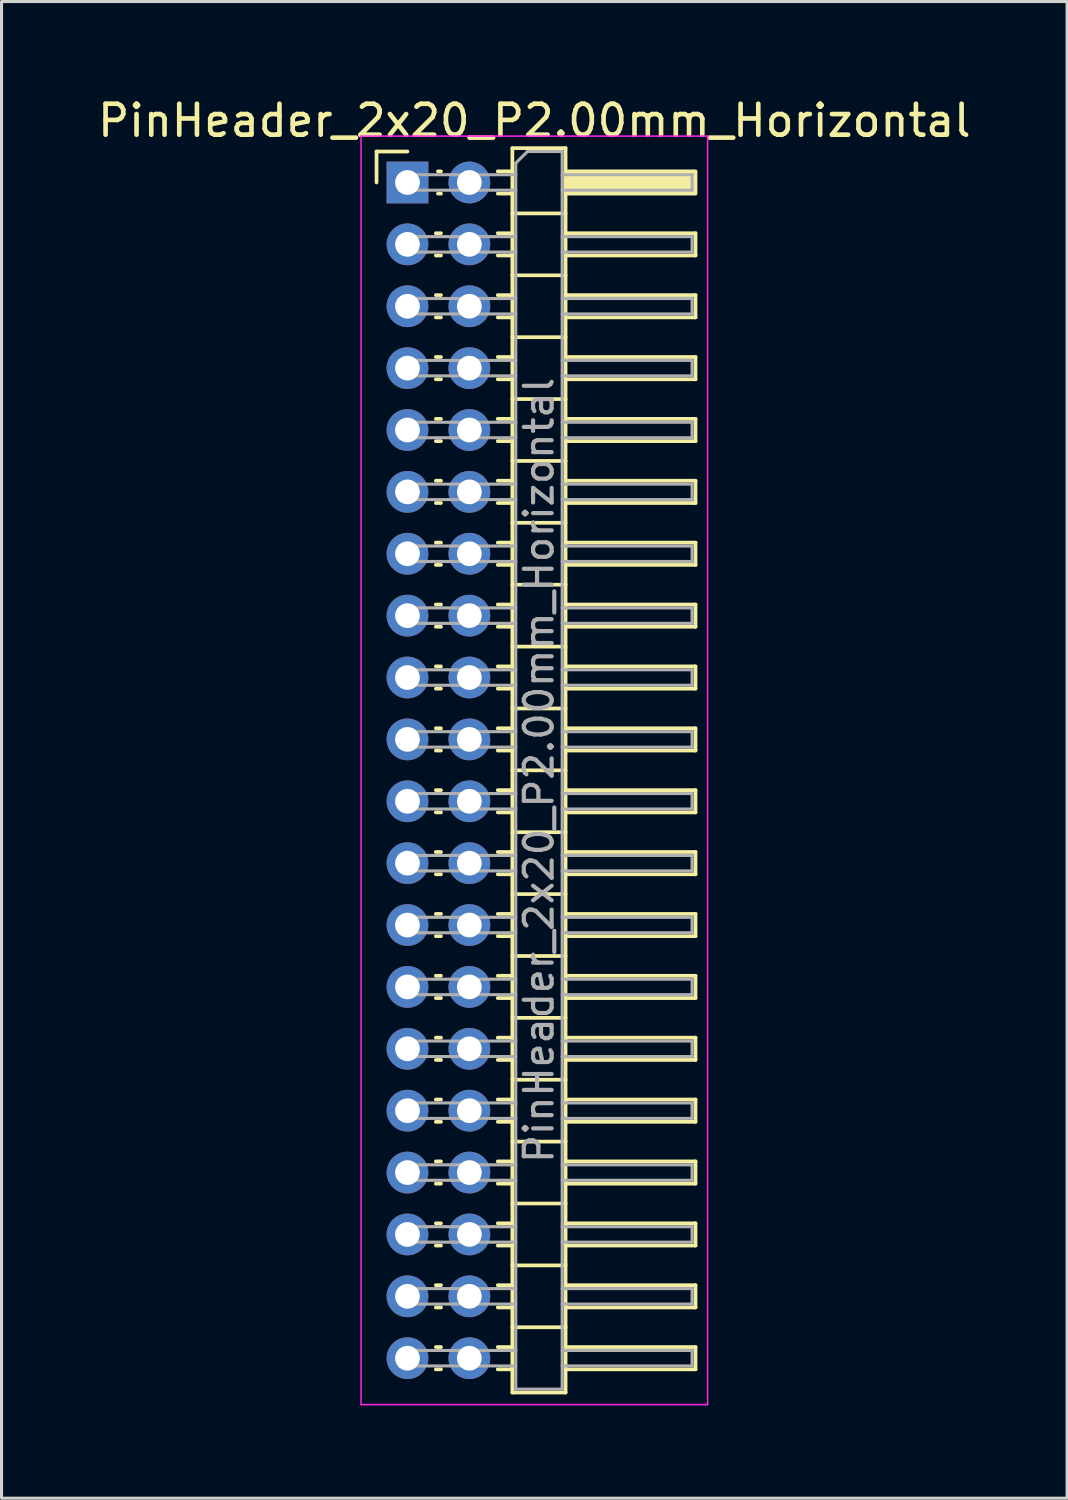
<source format=kicad_pcb>
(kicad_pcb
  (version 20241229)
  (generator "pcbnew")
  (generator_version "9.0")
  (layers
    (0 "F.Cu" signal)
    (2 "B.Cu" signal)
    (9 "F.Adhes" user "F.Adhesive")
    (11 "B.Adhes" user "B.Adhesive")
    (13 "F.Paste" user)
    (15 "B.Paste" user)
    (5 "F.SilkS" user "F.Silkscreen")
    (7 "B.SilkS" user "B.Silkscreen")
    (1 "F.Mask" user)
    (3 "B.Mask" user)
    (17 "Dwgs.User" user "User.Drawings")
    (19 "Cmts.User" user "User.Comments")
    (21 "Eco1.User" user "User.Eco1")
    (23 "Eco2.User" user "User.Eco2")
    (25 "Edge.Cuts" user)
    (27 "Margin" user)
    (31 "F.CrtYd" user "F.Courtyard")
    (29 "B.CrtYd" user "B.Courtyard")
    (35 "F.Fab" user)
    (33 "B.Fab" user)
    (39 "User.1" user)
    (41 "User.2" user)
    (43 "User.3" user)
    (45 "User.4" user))
  (footprint "PinHeader_2x20_P2.00mm_Horizontal"
    (layer "F.Cu")
    (at 10.12 2.848)
    (property "Reference" "PinHeader_2x20_P2.00mm_Horizontal" (at 4.1 -2 0) (layer "F.SilkS") (effects (font (size 1 1) (thickness 0.15))))
    (attr through_hole)
    (fp_line (start -1 -1) (end 0 -1) (stroke (width 0.12) (type solid)) (layer "F.SilkS"))
    (fp_line (start -1 0) (end -1 -1) (stroke (width 0.12) (type solid)) (layer "F.SilkS"))
    (fp_line (start 0.917 1.64) (end 1.083 1.64) (stroke (width 0.12) (type solid)) (layer "F.SilkS"))
    (fp_line (start 0.917 2.36) (end 1.083 2.36) (stroke (width 0.12) (type solid)) (layer "F.SilkS"))
    (fp_line (start 0.917 3.64) (end 1.083 3.64) (stroke (width 0.12) (type solid)) (layer "F.SilkS"))
    (fp_line (start 0.917 4.36) (end 1.083 4.36) (stroke (width 0.12) (type solid)) (layer "F.SilkS"))
    (fp_line (start 0.917 5.64) (end 1.083 5.64) (stroke (width 0.12) (type solid)) (layer "F.SilkS"))
    (fp_line (start 0.917 6.36) (end 1.083 6.36) (stroke (width 0.12) (type solid)) (layer "F.SilkS"))
    (fp_line (start 0.917 7.64) (end 1.083 7.64) (stroke (width 0.12) (type solid)) (layer "F.SilkS"))
    (fp_line (start 0.917 8.36) (end 1.083 8.36) (stroke (width 0.12) (type solid)) (layer "F.SilkS"))
    (fp_line (start 0.917 9.64) (end 1.083 9.64) (stroke (width 0.12) (type solid)) (layer "F.SilkS"))
    (fp_line (start 0.917 10.36) (end 1.083 10.36) (stroke (width 0.12) (type solid)) (layer "F.SilkS"))
    (fp_line (start 0.917 11.64) (end 1.083 11.64) (stroke (width 0.12) (type solid)) (layer "F.SilkS"))
    (fp_line (start 0.917 12.36) (end 1.083 12.36) (stroke (width 0.12) (type solid)) (layer "F.SilkS"))
    (fp_line (start 0.917 13.64) (end 1.083 13.64) (stroke (width 0.12) (type solid)) (layer "F.SilkS"))
    (fp_line (start 0.917 14.36) (end 1.083 14.36) (stroke (width 0.12) (type solid)) (layer "F.SilkS"))
    (fp_line (start 0.917 15.64) (end 1.083 15.64) (stroke (width 0.12) (type solid)) (layer "F.SilkS"))
    (fp_line (start 0.917 16.36) (end 1.083 16.36) (stroke (width 0.12) (type solid)) (layer "F.SilkS"))
    (fp_line (start 0.917 17.64) (end 1.083 17.64) (stroke (width 0.12) (type solid)) (layer "F.SilkS"))
    (fp_line (start 0.917 18.36) (end 1.083 18.36) (stroke (width 0.12) (type solid)) (layer "F.SilkS"))
    (fp_line (start 0.917 19.64) (end 1.083 19.64) (stroke (width 0.12) (type solid)) (layer "F.SilkS"))
    (fp_line (start 0.917 20.36) (end 1.083 20.36) (stroke (width 0.12) (type solid)) (layer "F.SilkS"))
    (fp_line (start 0.917 21.64) (end 1.083 21.64) (stroke (width 0.12) (type solid)) (layer "F.SilkS"))
    (fp_line (start 0.917 22.36) (end 1.083 22.36) (stroke (width 0.12) (type solid)) (layer "F.SilkS"))
    (fp_line (start 0.917 23.64) (end 1.083 23.64) (stroke (width 0.12) (type solid)) (layer "F.SilkS"))
    (fp_line (start 0.917 24.36) (end 1.083 24.36) (stroke (width 0.12) (type solid)) (layer "F.SilkS"))
    (fp_line (start 0.917 25.64) (end 1.083 25.64) (stroke (width 0.12) (type solid)) (layer "F.SilkS"))
    (fp_line (start 0.917 26.36) (end 1.083 26.36) (stroke (width 0.12) (type solid)) (layer "F.SilkS"))
    (fp_line (start 0.917 27.64) (end 1.083 27.64) (stroke (width 0.12) (type solid)) (layer "F.SilkS"))
    (fp_line (start 0.917 28.36) (end 1.083 28.36) (stroke (width 0.12) (type solid)) (layer "F.SilkS"))
    (fp_line (start 0.917 29.64) (end 1.083 29.64) (stroke (width 0.12) (type solid)) (layer "F.SilkS"))
    (fp_line (start 0.917 30.36) (end 1.083 30.36) (stroke (width 0.12) (type solid)) (layer "F.SilkS"))
    (fp_line (start 0.917 31.64) (end 1.083 31.64) (stroke (width 0.12) (type solid)) (layer "F.SilkS"))
    (fp_line (start 0.917 32.36) (end 1.083 32.36) (stroke (width 0.12) (type solid)) (layer "F.SilkS"))
    (fp_line (start 0.917 33.64) (end 1.083 33.64) (stroke (width 0.12) (type solid)) (layer "F.SilkS"))
    (fp_line (start 0.917 34.36) (end 1.083 34.36) (stroke (width 0.12) (type solid)) (layer "F.SilkS"))
    (fp_line (start 0.917 35.64) (end 1.083 35.64) (stroke (width 0.12) (type solid)) (layer "F.SilkS"))
    (fp_line (start 0.917 36.36) (end 1.083 36.36) (stroke (width 0.12) (type solid)) (layer "F.SilkS"))
    (fp_line (start 0.917 37.64) (end 1.083 37.64) (stroke (width 0.12) (type solid)) (layer "F.SilkS"))
    (fp_line (start 0.917 38.36) (end 1.083 38.36) (stroke (width 0.12) (type solid)) (layer "F.SilkS"))
    (fp_line (start 0.985 -0.36) (end 1.083 -0.36) (stroke (width 0.12) (type solid)) (layer "F.SilkS"))
    (fp_line (start 0.985 0.36) (end 1.083 0.36) (stroke (width 0.12) (type solid)) (layer "F.SilkS"))
    (fp_line (start 2.917 -0.36) (end 3.39 -0.36) (stroke (width 0.12) (type solid)) (layer "F.SilkS"))
    (fp_line (start 2.917 0.36) (end 3.39 0.36) (stroke (width 0.12) (type solid)) (layer "F.SilkS"))
    (fp_line (start 2.917 1.64) (end 3.39 1.64) (stroke (width 0.12) (type solid)) (layer "F.SilkS"))
    (fp_line (start 2.917 2.36) (end 3.39 2.36) (stroke (width 0.12) (type solid)) (layer "F.SilkS"))
    (fp_line (start 2.917 3.64) (end 3.39 3.64) (stroke (width 0.12) (type solid)) (layer "F.SilkS"))
    (fp_line (start 2.917 4.36) (end 3.39 4.36) (stroke (width 0.12) (type solid)) (layer "F.SilkS"))
    (fp_line (start 2.917 5.64) (end 3.39 5.64) (stroke (width 0.12) (type solid)) (layer "F.SilkS"))
    (fp_line (start 2.917 6.36) (end 3.39 6.36) (stroke (width 0.12) (type solid)) (layer "F.SilkS"))
    (fp_line (start 2.917 7.64) (end 3.39 7.64) (stroke (width 0.12) (type solid)) (layer "F.SilkS"))
    (fp_line (start 2.917 8.36) (end 3.39 8.36) (stroke (width 0.12) (type solid)) (layer "F.SilkS"))
    (fp_line (start 2.917 9.64) (end 3.39 9.64) (stroke (width 0.12) (type solid)) (layer "F.SilkS"))
    (fp_line (start 2.917 10.36) (end 3.39 10.36) (stroke (width 0.12) (type solid)) (layer "F.SilkS"))
    (fp_line (start 2.917 11.64) (end 3.39 11.64) (stroke (width 0.12) (type solid)) (layer "F.SilkS"))
    (fp_line (start 2.917 12.36) (end 3.39 12.36) (stroke (width 0.12) (type solid)) (layer "F.SilkS"))
    (fp_line (start 2.917 13.64) (end 3.39 13.64) (stroke (width 0.12) (type solid)) (layer "F.SilkS"))
    (fp_line (start 2.917 14.36) (end 3.39 14.36) (stroke (width 0.12) (type solid)) (layer "F.SilkS"))
    (fp_line (start 2.917 15.64) (end 3.39 15.64) (stroke (width 0.12) (type solid)) (layer "F.SilkS"))
    (fp_line (start 2.917 16.36) (end 3.39 16.36) (stroke (width 0.12) (type solid)) (layer "F.SilkS"))
    (fp_line (start 2.917 17.64) (end 3.39 17.64) (stroke (width 0.12) (type solid)) (layer "F.SilkS"))
    (fp_line (start 2.917 18.36) (end 3.39 18.36) (stroke (width 0.12) (type solid)) (layer "F.SilkS"))
    (fp_line (start 2.917 19.64) (end 3.39 19.64) (stroke (width 0.12) (type solid)) (layer "F.SilkS"))
    (fp_line (start 2.917 20.36) (end 3.39 20.36) (stroke (width 0.12) (type solid)) (layer "F.SilkS"))
    (fp_line (start 2.917 21.64) (end 3.39 21.64) (stroke (width 0.12) (type solid)) (layer "F.SilkS"))
    (fp_line (start 2.917 22.36) (end 3.39 22.36) (stroke (width 0.12) (type solid)) (layer "F.SilkS"))
    (fp_line (start 2.917 23.64) (end 3.39 23.64) (stroke (width 0.12) (type solid)) (layer "F.SilkS"))
    (fp_line (start 2.917 24.36) (end 3.39 24.36) (stroke (width 0.12) (type solid)) (layer "F.SilkS"))
    (fp_line (start 2.917 25.64) (end 3.39 25.64) (stroke (width 0.12) (type solid)) (layer "F.SilkS"))
    (fp_line (start 2.917 26.36) (end 3.39 26.36) (stroke (width 0.12) (type solid)) (layer "F.SilkS"))
    (fp_line (start 2.917 27.64) (end 3.39 27.64) (stroke (width 0.12) (type solid)) (layer "F.SilkS"))
    (fp_line (start 2.917 28.36) (end 3.39 28.36) (stroke (width 0.12) (type solid)) (layer "F.SilkS"))
    (fp_line (start 2.917 29.64) (end 3.39 29.64) (stroke (width 0.12) (type solid)) (layer "F.SilkS"))
    (fp_line (start 2.917 30.36) (end 3.39 30.36) (stroke (width 0.12) (type solid)) (layer "F.SilkS"))
    (fp_line (start 2.917 31.64) (end 3.39 31.64) (stroke (width 0.12) (type solid)) (layer "F.SilkS"))
    (fp_line (start 2.917 32.36) (end 3.39 32.36) (stroke (width 0.12) (type solid)) (layer "F.SilkS"))
    (fp_line (start 2.917 33.64) (end 3.39 33.64) (stroke (width 0.12) (type solid)) (layer "F.SilkS"))
    (fp_line (start 2.917 34.36) (end 3.39 34.36) (stroke (width 0.12) (type solid)) (layer "F.SilkS"))
    (fp_line (start 2.917 35.64) (end 3.39 35.64) (stroke (width 0.12) (type solid)) (layer "F.SilkS"))
    (fp_line (start 2.917 36.36) (end 3.39 36.36) (stroke (width 0.12) (type solid)) (layer "F.SilkS"))
    (fp_line (start 2.917 37.64) (end 3.39 37.64) (stroke (width 0.12) (type solid)) (layer "F.SilkS"))
    (fp_line (start 2.917 38.36) (end 3.39 38.36) (stroke (width 0.12) (type solid)) (layer "F.SilkS"))
    (fp_line (start 3.39 -1.11) (end 3.39 39.11) (stroke (width 0.12) (type solid)) (layer "F.SilkS"))
    (fp_line (start 3.39 1) (end 5.11 1) (stroke (width 0.12) (type solid)) (layer "F.SilkS"))
    (fp_line (start 3.39 3) (end 5.11 3) (stroke (width 0.12) (type solid)) (layer "F.SilkS"))
    (fp_line (start 3.39 5) (end 5.11 5) (stroke (width 0.12) (type solid)) (layer "F.SilkS"))
    (fp_line (start 3.39 7) (end 5.11 7) (stroke (width 0.12) (type solid)) (layer "F.SilkS"))
    (fp_line (start 3.39 9) (end 5.11 9) (stroke (width 0.12) (type solid)) (layer "F.SilkS"))
    (fp_line (start 3.39 11) (end 5.11 11) (stroke (width 0.12) (type solid)) (layer "F.SilkS"))
    (fp_line (start 3.39 13) (end 5.11 13) (stroke (width 0.12) (type solid)) (layer "F.SilkS"))
    (fp_line (start 3.39 15) (end 5.11 15) (stroke (width 0.12) (type solid)) (layer "F.SilkS"))
    (fp_line (start 3.39 17) (end 5.11 17) (stroke (width 0.12) (type solid)) (layer "F.SilkS"))
    (fp_line (start 3.39 19) (end 5.11 19) (stroke (width 0.12) (type solid)) (layer "F.SilkS"))
    (fp_line (start 3.39 21) (end 5.11 21) (stroke (width 0.12) (type solid)) (layer "F.SilkS"))
    (fp_line (start 3.39 23) (end 5.11 23) (stroke (width 0.12) (type solid)) (layer "F.SilkS"))
    (fp_line (start 3.39 25) (end 5.11 25) (stroke (width 0.12) (type solid)) (layer "F.SilkS"))
    (fp_line (start 3.39 27) (end 5.11 27) (stroke (width 0.12) (type solid)) (layer "F.SilkS"))
    (fp_line (start 3.39 29) (end 5.11 29) (stroke (width 0.12) (type solid)) (layer "F.SilkS"))
    (fp_line (start 3.39 31) (end 5.11 31) (stroke (width 0.12) (type solid)) (layer "F.SilkS"))
    (fp_line (start 3.39 33) (end 5.11 33) (stroke (width 0.12) (type solid)) (layer "F.SilkS"))
    (fp_line (start 3.39 35) (end 5.11 35) (stroke (width 0.12) (type solid)) (layer "F.SilkS"))
    (fp_line (start 3.39 37) (end 5.11 37) (stroke (width 0.12) (type solid)) (layer "F.SilkS"))
    (fp_line (start 3.39 39.11) (end 5.11 39.11) (stroke (width 0.12) (type solid)) (layer "F.SilkS"))
    (fp_line (start 5.11 -1.11) (end 3.39 -1.11) (stroke (width 0.12) (type solid)) (layer "F.SilkS"))
    (fp_line (start 5.11 1.64) (end 9.31 1.64) (stroke (width 0.12) (type solid)) (layer "F.SilkS"))
    (fp_line (start 5.11 3.64) (end 9.31 3.64) (stroke (width 0.12) (type solid)) (layer "F.SilkS"))
    (fp_line (start 5.11 5.64) (end 9.31 5.64) (stroke (width 0.12) (type solid)) (layer "F.SilkS"))
    (fp_line (start 5.11 7.64) (end 9.31 7.64) (stroke (width 0.12) (type solid)) (layer "F.SilkS"))
    (fp_line (start 5.11 9.64) (end 9.31 9.64) (stroke (width 0.12) (type solid)) (layer "F.SilkS"))
    (fp_line (start 5.11 11.64) (end 9.31 11.64) (stroke (width 0.12) (type solid)) (layer "F.SilkS"))
    (fp_line (start 5.11 13.64) (end 9.31 13.64) (stroke (width 0.12) (type solid)) (layer "F.SilkS"))
    (fp_line (start 5.11 15.64) (end 9.31 15.64) (stroke (width 0.12) (type solid)) (layer "F.SilkS"))
    (fp_line (start 5.11 17.64) (end 9.31 17.64) (stroke (width 0.12) (type solid)) (layer "F.SilkS"))
    (fp_line (start 5.11 19.64) (end 9.31 19.64) (stroke (width 0.12) (type solid)) (layer "F.SilkS"))
    (fp_line (start 5.11 21.64) (end 9.31 21.64) (stroke (width 0.12) (type solid)) (layer "F.SilkS"))
    (fp_line (start 5.11 23.64) (end 9.31 23.64) (stroke (width 0.12) (type solid)) (layer "F.SilkS"))
    (fp_line (start 5.11 25.64) (end 9.31 25.64) (stroke (width 0.12) (type solid)) (layer "F.SilkS"))
    (fp_line (start 5.11 27.64) (end 9.31 27.64) (stroke (width 0.12) (type solid)) (layer "F.SilkS"))
    (fp_line (start 5.11 29.64) (end 9.31 29.64) (stroke (width 0.12) (type solid)) (layer "F.SilkS"))
    (fp_line (start 5.11 31.64) (end 9.31 31.64) (stroke (width 0.12) (type solid)) (layer "F.SilkS"))
    (fp_line (start 5.11 33.64) (end 9.31 33.64) (stroke (width 0.12) (type solid)) (layer "F.SilkS"))
    (fp_line (start 5.11 35.64) (end 9.31 35.64) (stroke (width 0.12) (type solid)) (layer "F.SilkS"))
    (fp_line (start 5.11 37.64) (end 9.31 37.64) (stroke (width 0.12) (type solid)) (layer "F.SilkS"))
    (fp_line (start 5.11 39.11) (end 5.11 -1.11) (stroke (width 0.12) (type solid)) (layer "F.SilkS"))
    (fp_line (start 9.31 1.64) (end 9.31 2.36) (stroke (width 0.12) (type solid)) (layer "F.SilkS"))
    (fp_line (start 9.31 2.36) (end 5.11 2.36) (stroke (width 0.12) (type solid)) (layer "F.SilkS"))
    (fp_line (start 9.31 3.64) (end 9.31 4.36) (stroke (width 0.12) (type solid)) (layer "F.SilkS"))
    (fp_line (start 9.31 4.36) (end 5.11 4.36) (stroke (width 0.12) (type solid)) (layer "F.SilkS"))
    (fp_line (start 9.31 5.64) (end 9.31 6.36) (stroke (width 0.12) (type solid)) (layer "F.SilkS"))
    (fp_line (start 9.31 6.36) (end 5.11 6.36) (stroke (width 0.12) (type solid)) (layer "F.SilkS"))
    (fp_line (start 9.31 7.64) (end 9.31 8.36) (stroke (width 0.12) (type solid)) (layer "F.SilkS"))
    (fp_line (start 9.31 8.36) (end 5.11 8.36) (stroke (width 0.12) (type solid)) (layer "F.SilkS"))
    (fp_line (start 9.31 9.64) (end 9.31 10.36) (stroke (width 0.12) (type solid)) (layer "F.SilkS"))
    (fp_line (start 9.31 10.36) (end 5.11 10.36) (stroke (width 0.12) (type solid)) (layer "F.SilkS"))
    (fp_line (start 9.31 11.64) (end 9.31 12.36) (stroke (width 0.12) (type solid)) (layer "F.SilkS"))
    (fp_line (start 9.31 12.36) (end 5.11 12.36) (stroke (width 0.12) (type solid)) (layer "F.SilkS"))
    (fp_line (start 9.31 13.64) (end 9.31 14.36) (stroke (width 0.12) (type solid)) (layer "F.SilkS"))
    (fp_line (start 9.31 14.36) (end 5.11 14.36) (stroke (width 0.12) (type solid)) (layer "F.SilkS"))
    (fp_line (start 9.31 15.64) (end 9.31 16.36) (stroke (width 0.12) (type solid)) (layer "F.SilkS"))
    (fp_line (start 9.31 16.36) (end 5.11 16.36) (stroke (width 0.12) (type solid)) (layer "F.SilkS"))
    (fp_line (start 9.31 17.64) (end 9.31 18.36) (stroke (width 0.12) (type solid)) (layer "F.SilkS"))
    (fp_line (start 9.31 18.36) (end 5.11 18.36) (stroke (width 0.12) (type solid)) (layer "F.SilkS"))
    (fp_line (start 9.31 19.64) (end 9.31 20.36) (stroke (width 0.12) (type solid)) (layer "F.SilkS"))
    (fp_line (start 9.31 20.36) (end 5.11 20.36) (stroke (width 0.12) (type solid)) (layer "F.SilkS"))
    (fp_line (start 9.31 21.64) (end 9.31 22.36) (stroke (width 0.12) (type solid)) (layer "F.SilkS"))
    (fp_line (start 9.31 22.36) (end 5.11 22.36) (stroke (width 0.12) (type solid)) (layer "F.SilkS"))
    (fp_line (start 9.31 23.64) (end 9.31 24.36) (stroke (width 0.12) (type solid)) (layer "F.SilkS"))
    (fp_line (start 9.31 24.36) (end 5.11 24.36) (stroke (width 0.12) (type solid)) (layer "F.SilkS"))
    (fp_line (start 9.31 25.64) (end 9.31 26.36) (stroke (width 0.12) (type solid)) (layer "F.SilkS"))
    (fp_line (start 9.31 26.36) (end 5.11 26.36) (stroke (width 0.12) (type solid)) (layer "F.SilkS"))
    (fp_line (start 9.31 27.64) (end 9.31 28.36) (stroke (width 0.12) (type solid)) (layer "F.SilkS"))
    (fp_line (start 9.31 28.36) (end 5.11 28.36) (stroke (width 0.12) (type solid)) (layer "F.SilkS"))
    (fp_line (start 9.31 29.64) (end 9.31 30.36) (stroke (width 0.12) (type solid)) (layer "F.SilkS"))
    (fp_line (start 9.31 30.36) (end 5.11 30.36) (stroke (width 0.12) (type solid)) (layer "F.SilkS"))
    (fp_line (start 9.31 31.64) (end 9.31 32.36) (stroke (width 0.12) (type solid)) (layer "F.SilkS"))
    (fp_line (start 9.31 32.36) (end 5.11 32.36) (stroke (width 0.12) (type solid)) (layer "F.SilkS"))
    (fp_line (start 9.31 33.64) (end 9.31 34.36) (stroke (width 0.12) (type solid)) (layer "F.SilkS"))
    (fp_line (start 9.31 34.36) (end 5.11 34.36) (stroke (width 0.12) (type solid)) (layer "F.SilkS"))
    (fp_line (start 9.31 35.64) (end 9.31 36.36) (stroke (width 0.12) (type solid)) (layer "F.SilkS"))
    (fp_line (start 9.31 36.36) (end 5.11 36.36) (stroke (width 0.12) (type solid)) (layer "F.SilkS"))
    (fp_line (start 9.31 37.64) (end 9.31 38.36) (stroke (width 0.12) (type solid)) (layer "F.SilkS"))
    (fp_line (start 9.31 38.36) (end 5.11 38.36) (stroke (width 0.12) (type solid)) (layer "F.SilkS"))
    (fp_rect (start 5.11 -0.36) (end 9.31 0.36) (stroke (width 0.12) (type solid)) (fill yes) (layer "F.SilkS"))
    (fp_line (start -1.5 -1.5) (end -1.5 39.5) (stroke (width 0.05) (type solid)) (layer "F.CrtYd"))
    (fp_line (start -1.5 39.5) (end 9.7 39.5) (stroke (width 0.05) (type solid)) (layer "F.CrtYd"))
    (fp_line (start 9.7 -1.5) (end -1.5 -1.5) (stroke (width 0.05) (type solid)) (layer "F.CrtYd"))
    (fp_line (start 9.7 39.5) (end 9.7 -1.5) (stroke (width 0.05) (type solid)) (layer "F.CrtYd"))
    (fp_line (start -0.25 -0.25) (end -0.25 0.25) (stroke (width 0.1) (type solid)) (layer "F.Fab"))
    (fp_line (start -0.25 -0.25) (end 3.5 -0.25) (stroke (width 0.1) (type solid)) (layer "F.Fab"))
    (fp_line (start -0.25 0.25) (end 3.5 0.25) (stroke (width 0.1) (type solid)) (layer "F.Fab"))
    (fp_line (start -0.25 1.75) (end -0.25 2.25) (stroke (width 0.1) (type solid)) (layer "F.Fab"))
    (fp_line (start -0.25 1.75) (end 3.5 1.75) (stroke (width 0.1) (type solid)) (layer "F.Fab"))
    (fp_line (start -0.25 2.25) (end 3.5 2.25) (stroke (width 0.1) (type solid)) (layer "F.Fab"))
    (fp_line (start -0.25 3.75) (end -0.25 4.25) (stroke (width 0.1) (type solid)) (layer "F.Fab"))
    (fp_line (start -0.25 3.75) (end 3.5 3.75) (stroke (width 0.1) (type solid)) (layer "F.Fab"))
    (fp_line (start -0.25 4.25) (end 3.5 4.25) (stroke (width 0.1) (type solid)) (layer "F.Fab"))
    (fp_line (start -0.25 5.75) (end -0.25 6.25) (stroke (width 0.1) (type solid)) (layer "F.Fab"))
    (fp_line (start -0.25 5.75) (end 3.5 5.75) (stroke (width 0.1) (type solid)) (layer "F.Fab"))
    (fp_line (start -0.25 6.25) (end 3.5 6.25) (stroke (width 0.1) (type solid)) (layer "F.Fab"))
    (fp_line (start -0.25 7.75) (end -0.25 8.25) (stroke (width 0.1) (type solid)) (layer "F.Fab"))
    (fp_line (start -0.25 7.75) (end 3.5 7.75) (stroke (width 0.1) (type solid)) (layer "F.Fab"))
    (fp_line (start -0.25 8.25) (end 3.5 8.25) (stroke (width 0.1) (type solid)) (layer "F.Fab"))
    (fp_line (start -0.25 9.75) (end -0.25 10.25) (stroke (width 0.1) (type solid)) (layer "F.Fab"))
    (fp_line (start -0.25 9.75) (end 3.5 9.75) (stroke (width 0.1) (type solid)) (layer "F.Fab"))
    (fp_line (start -0.25 10.25) (end 3.5 10.25) (stroke (width 0.1) (type solid)) (layer "F.Fab"))
    (fp_line (start -0.25 11.75) (end -0.25 12.25) (stroke (width 0.1) (type solid)) (layer "F.Fab"))
    (fp_line (start -0.25 11.75) (end 3.5 11.75) (stroke (width 0.1) (type solid)) (layer "F.Fab"))
    (fp_line (start -0.25 12.25) (end 3.5 12.25) (stroke (width 0.1) (type solid)) (layer "F.Fab"))
    (fp_line (start -0.25 13.75) (end -0.25 14.25) (stroke (width 0.1) (type solid)) (layer "F.Fab"))
    (fp_line (start -0.25 13.75) (end 3.5 13.75) (stroke (width 0.1) (type solid)) (layer "F.Fab"))
    (fp_line (start -0.25 14.25) (end 3.5 14.25) (stroke (width 0.1) (type solid)) (layer "F.Fab"))
    (fp_line (start -0.25 15.75) (end -0.25 16.25) (stroke (width 0.1) (type solid)) (layer "F.Fab"))
    (fp_line (start -0.25 15.75) (end 3.5 15.75) (stroke (width 0.1) (type solid)) (layer "F.Fab"))
    (fp_line (start -0.25 16.25) (end 3.5 16.25) (stroke (width 0.1) (type solid)) (layer "F.Fab"))
    (fp_line (start -0.25 17.75) (end -0.25 18.25) (stroke (width 0.1) (type solid)) (layer "F.Fab"))
    (fp_line (start -0.25 17.75) (end 3.5 17.75) (stroke (width 0.1) (type solid)) (layer "F.Fab"))
    (fp_line (start -0.25 18.25) (end 3.5 18.25) (stroke (width 0.1) (type solid)) (layer "F.Fab"))
    (fp_line (start -0.25 19.75) (end -0.25 20.25) (stroke (width 0.1) (type solid)) (layer "F.Fab"))
    (fp_line (start -0.25 19.75) (end 3.5 19.75) (stroke (width 0.1) (type solid)) (layer "F.Fab"))
    (fp_line (start -0.25 20.25) (end 3.5 20.25) (stroke (width 0.1) (type solid)) (layer "F.Fab"))
    (fp_line (start -0.25 21.75) (end -0.25 22.25) (stroke (width 0.1) (type solid)) (layer "F.Fab"))
    (fp_line (start -0.25 21.75) (end 3.5 21.75) (stroke (width 0.1) (type solid)) (layer "F.Fab"))
    (fp_line (start -0.25 22.25) (end 3.5 22.25) (stroke (width 0.1) (type solid)) (layer "F.Fab"))
    (fp_line (start -0.25 23.75) (end -0.25 24.25) (stroke (width 0.1) (type solid)) (layer "F.Fab"))
    (fp_line (start -0.25 23.75) (end 3.5 23.75) (stroke (width 0.1) (type solid)) (layer "F.Fab"))
    (fp_line (start -0.25 24.25) (end 3.5 24.25) (stroke (width 0.1) (type solid)) (layer "F.Fab"))
    (fp_line (start -0.25 25.75) (end -0.25 26.25) (stroke (width 0.1) (type solid)) (layer "F.Fab"))
    (fp_line (start -0.25 25.75) (end 3.5 25.75) (stroke (width 0.1) (type solid)) (layer "F.Fab"))
    (fp_line (start -0.25 26.25) (end 3.5 26.25) (stroke (width 0.1) (type solid)) (layer "F.Fab"))
    (fp_line (start -0.25 27.75) (end -0.25 28.25) (stroke (width 0.1) (type solid)) (layer "F.Fab"))
    (fp_line (start -0.25 27.75) (end 3.5 27.75) (stroke (width 0.1) (type solid)) (layer "F.Fab"))
    (fp_line (start -0.25 28.25) (end 3.5 28.25) (stroke (width 0.1) (type solid)) (layer "F.Fab"))
    (fp_line (start -0.25 29.75) (end -0.25 30.25) (stroke (width 0.1) (type solid)) (layer "F.Fab"))
    (fp_line (start -0.25 29.75) (end 3.5 29.75) (stroke (width 0.1) (type solid)) (layer "F.Fab"))
    (fp_line (start -0.25 30.25) (end 3.5 30.25) (stroke (width 0.1) (type solid)) (layer "F.Fab"))
    (fp_line (start -0.25 31.75) (end -0.25 32.25) (stroke (width 0.1) (type solid)) (layer "F.Fab"))
    (fp_line (start -0.25 31.75) (end 3.5 31.75) (stroke (width 0.1) (type solid)) (layer "F.Fab"))
    (fp_line (start -0.25 32.25) (end 3.5 32.25) (stroke (width 0.1) (type solid)) (layer "F.Fab"))
    (fp_line (start -0.25 33.75) (end -0.25 34.25) (stroke (width 0.1) (type solid)) (layer "F.Fab"))
    (fp_line (start -0.25 33.75) (end 3.5 33.75) (stroke (width 0.1) (type solid)) (layer "F.Fab"))
    (fp_line (start -0.25 34.25) (end 3.5 34.25) (stroke (width 0.1) (type solid)) (layer "F.Fab"))
    (fp_line (start -0.25 35.75) (end -0.25 36.25) (stroke (width 0.1) (type solid)) (layer "F.Fab"))
    (fp_line (start -0.25 35.75) (end 3.5 35.75) (stroke (width 0.1) (type solid)) (layer "F.Fab"))
    (fp_line (start -0.25 36.25) (end 3.5 36.25) (stroke (width 0.1) (type solid)) (layer "F.Fab"))
    (fp_line (start -0.25 37.75) (end -0.25 38.25) (stroke (width 0.1) (type solid)) (layer "F.Fab"))
    (fp_line (start -0.25 37.75) (end 3.5 37.75) (stroke (width 0.1) (type solid)) (layer "F.Fab"))
    (fp_line (start -0.25 38.25) (end 3.5 38.25) (stroke (width 0.1) (type solid)) (layer "F.Fab"))
    (fp_line (start 3.5 -0.625) (end 3.875 -1) (stroke (width 0.1) (type solid)) (layer "F.Fab"))
    (fp_line (start 3.5 39) (end 3.5 -0.625) (stroke (width 0.1) (type solid)) (layer "F.Fab"))
    (fp_line (start 3.875 -1) (end 5 -1) (stroke (width 0.1) (type solid)) (layer "F.Fab"))
    (fp_line (start 5 -1) (end 5 39) (stroke (width 0.1) (type solid)) (layer "F.Fab"))
    (fp_line (start 5 -0.25) (end 9.2 -0.25) (stroke (width 0.1) (type solid)) (layer "F.Fab"))
    (fp_line (start 5 0.25) (end 9.2 0.25) (stroke (width 0.1) (type solid)) (layer "F.Fab"))
    (fp_line (start 5 1.75) (end 9.2 1.75) (stroke (width 0.1) (type solid)) (layer "F.Fab"))
    (fp_line (start 5 2.25) (end 9.2 2.25) (stroke (width 0.1) (type solid)) (layer "F.Fab"))
    (fp_line (start 5 3.75) (end 9.2 3.75) (stroke (width 0.1) (type solid)) (layer "F.Fab"))
    (fp_line (start 5 4.25) (end 9.2 4.25) (stroke (width 0.1) (type solid)) (layer "F.Fab"))
    (fp_line (start 5 5.75) (end 9.2 5.75) (stroke (width 0.1) (type solid)) (layer "F.Fab"))
    (fp_line (start 5 6.25) (end 9.2 6.25) (stroke (width 0.1) (type solid)) (layer "F.Fab"))
    (fp_line (start 5 7.75) (end 9.2 7.75) (stroke (width 0.1) (type solid)) (layer "F.Fab"))
    (fp_line (start 5 8.25) (end 9.2 8.25) (stroke (width 0.1) (type solid)) (layer "F.Fab"))
    (fp_line (start 5 9.75) (end 9.2 9.75) (stroke (width 0.1) (type solid)) (layer "F.Fab"))
    (fp_line (start 5 10.25) (end 9.2 10.25) (stroke (width 0.1) (type solid)) (layer "F.Fab"))
    (fp_line (start 5 11.75) (end 9.2 11.75) (stroke (width 0.1) (type solid)) (layer "F.Fab"))
    (fp_line (start 5 12.25) (end 9.2 12.25) (stroke (width 0.1) (type solid)) (layer "F.Fab"))
    (fp_line (start 5 13.75) (end 9.2 13.75) (stroke (width 0.1) (type solid)) (layer "F.Fab"))
    (fp_line (start 5 14.25) (end 9.2 14.25) (stroke (width 0.1) (type solid)) (layer "F.Fab"))
    (fp_line (start 5 15.75) (end 9.2 15.75) (stroke (width 0.1) (type solid)) (layer "F.Fab"))
    (fp_line (start 5 16.25) (end 9.2 16.25) (stroke (width 0.1) (type solid)) (layer "F.Fab"))
    (fp_line (start 5 17.75) (end 9.2 17.75) (stroke (width 0.1) (type solid)) (layer "F.Fab"))
    (fp_line (start 5 18.25) (end 9.2 18.25) (stroke (width 0.1) (type solid)) (layer "F.Fab"))
    (fp_line (start 5 19.75) (end 9.2 19.75) (stroke (width 0.1) (type solid)) (layer "F.Fab"))
    (fp_line (start 5 20.25) (end 9.2 20.25) (stroke (width 0.1) (type solid)) (layer "F.Fab"))
    (fp_line (start 5 21.75) (end 9.2 21.75) (stroke (width 0.1) (type solid)) (layer "F.Fab"))
    (fp_line (start 5 22.25) (end 9.2 22.25) (stroke (width 0.1) (type solid)) (layer "F.Fab"))
    (fp_line (start 5 23.75) (end 9.2 23.75) (stroke (width 0.1) (type solid)) (layer "F.Fab"))
    (fp_line (start 5 24.25) (end 9.2 24.25) (stroke (width 0.1) (type solid)) (layer "F.Fab"))
    (fp_line (start 5 25.75) (end 9.2 25.75) (stroke (width 0.1) (type solid)) (layer "F.Fab"))
    (fp_line (start 5 26.25) (end 9.2 26.25) (stroke (width 0.1) (type solid)) (layer "F.Fab"))
    (fp_line (start 5 27.75) (end 9.2 27.75) (stroke (width 0.1) (type solid)) (layer "F.Fab"))
    (fp_line (start 5 28.25) (end 9.2 28.25) (stroke (width 0.1) (type solid)) (layer "F.Fab"))
    (fp_line (start 5 29.75) (end 9.2 29.75) (stroke (width 0.1) (type solid)) (layer "F.Fab"))
    (fp_line (start 5 30.25) (end 9.2 30.25) (stroke (width 0.1) (type solid)) (layer "F.Fab"))
    (fp_line (start 5 31.75) (end 9.2 31.75) (stroke (width 0.1) (type solid)) (layer "F.Fab"))
    (fp_line (start 5 32.25) (end 9.2 32.25) (stroke (width 0.1) (type solid)) (layer "F.Fab"))
    (fp_line (start 5 33.75) (end 9.2 33.75) (stroke (width 0.1) (type solid)) (layer "F.Fab"))
    (fp_line (start 5 34.25) (end 9.2 34.25) (stroke (width 0.1) (type solid)) (layer "F.Fab"))
    (fp_line (start 5 35.75) (end 9.2 35.75) (stroke (width 0.1) (type solid)) (layer "F.Fab"))
    (fp_line (start 5 36.25) (end 9.2 36.25) (stroke (width 0.1) (type solid)) (layer "F.Fab"))
    (fp_line (start 5 37.75) (end 9.2 37.75) (stroke (width 0.1) (type solid)) (layer "F.Fab"))
    (fp_line (start 5 38.25) (end 9.2 38.25) (stroke (width 0.1) (type solid)) (layer "F.Fab"))
    (fp_line (start 5 39) (end 3.5 39) (stroke (width 0.1) (type solid)) (layer "F.Fab"))
    (fp_line (start 9.2 -0.25) (end 9.2 0.25) (stroke (width 0.1) (type solid)) (layer "F.Fab"))
    (fp_line (start 9.2 1.75) (end 9.2 2.25) (stroke (width 0.1) (type solid)) (layer "F.Fab"))
    (fp_line (start 9.2 3.75) (end 9.2 4.25) (stroke (width 0.1) (type solid)) (layer "F.Fab"))
    (fp_line (start 9.2 5.75) (end 9.2 6.25) (stroke (width 0.1) (type solid)) (layer "F.Fab"))
    (fp_line (start 9.2 7.75) (end 9.2 8.25) (stroke (width 0.1) (type solid)) (layer "F.Fab"))
    (fp_line (start 9.2 9.75) (end 9.2 10.25) (stroke (width 0.1) (type solid)) (layer "F.Fab"))
    (fp_line (start 9.2 11.75) (end 9.2 12.25) (stroke (width 0.1) (type solid)) (layer "F.Fab"))
    (fp_line (start 9.2 13.75) (end 9.2 14.25) (stroke (width 0.1) (type solid)) (layer "F.Fab"))
    (fp_line (start 9.2 15.75) (end 9.2 16.25) (stroke (width 0.1) (type solid)) (layer "F.Fab"))
    (fp_line (start 9.2 17.75) (end 9.2 18.25) (stroke (width 0.1) (type solid)) (layer "F.Fab"))
    (fp_line (start 9.2 19.75) (end 9.2 20.25) (stroke (width 0.1) (type solid)) (layer "F.Fab"))
    (fp_line (start 9.2 21.75) (end 9.2 22.25) (stroke (width 0.1) (type solid)) (layer "F.Fab"))
    (fp_line (start 9.2 23.75) (end 9.2 24.25) (stroke (width 0.1) (type solid)) (layer "F.Fab"))
    (fp_line (start 9.2 25.75) (end 9.2 26.25) (stroke (width 0.1) (type solid)) (layer "F.Fab"))
    (fp_line (start 9.2 27.75) (end 9.2 28.25) (stroke (width 0.1) (type solid)) (layer "F.Fab"))
    (fp_line (start 9.2 29.75) (end 9.2 30.25) (stroke (width 0.1) (type solid)) (layer "F.Fab"))
    (fp_line (start 9.2 31.75) (end 9.2 32.25) (stroke (width 0.1) (type solid)) (layer "F.Fab"))
    (fp_line (start 9.2 33.75) (end 9.2 34.25) (stroke (width 0.1) (type solid)) (layer "F.Fab"))
    (fp_line (start 9.2 35.75) (end 9.2 36.25) (stroke (width 0.1) (type solid)) (layer "F.Fab"))
    (fp_line (start 9.2 37.75) (end 9.2 38.25) (stroke (width 0.1) (type solid)) (layer "F.Fab"))
    (fp_text user "${REFERENCE}" (at 4.25 19 90) (layer "F.Fab") (effects (font (size 0.9 0.9) (thickness 0.135))))
    (pad "1" thru_hole rect (at 0 0) (size 1.35 1.35) (drill 0.8) (layers "*.Cu" "*.Mask"))
    (pad "2" thru_hole circle (at 2 0) (size 1.35 1.35) (drill 0.8) (layers "*.Cu" "*.Mask"))
    (pad "3" thru_hole circle (at 0 2) (size 1.35 1.35) (drill 0.8) (layers "*.Cu" "*.Mask"))
    (pad "4" thru_hole circle (at 2 2) (size 1.35 1.35) (drill 0.8) (layers "*.Cu" "*.Mask"))
    (pad "5" thru_hole circle (at 0 4) (size 1.35 1.35) (drill 0.8) (layers "*.Cu" "*.Mask"))
    (pad "6" thru_hole circle (at 2 4) (size 1.35 1.35) (drill 0.8) (layers "*.Cu" "*.Mask"))
    (pad "7" thru_hole circle (at 0 6) (size 1.35 1.35) (drill 0.8) (layers "*.Cu" "*.Mask"))
    (pad "8" thru_hole circle (at 2 6) (size 1.35 1.35) (drill 0.8) (layers "*.Cu" "*.Mask"))
    (pad "9" thru_hole circle (at 0 8) (size 1.35 1.35) (drill 0.8) (layers "*.Cu" "*.Mask"))
    (pad "10" thru_hole circle (at 2 8) (size 1.35 1.35) (drill 0.8) (layers "*.Cu" "*.Mask"))
    (pad "11" thru_hole circle (at 0 10) (size 1.35 1.35) (drill 0.8) (layers "*.Cu" "*.Mask"))
    (pad "12" thru_hole circle (at 2 10) (size 1.35 1.35) (drill 0.8) (layers "*.Cu" "*.Mask"))
    (pad "13" thru_hole circle (at 0 12) (size 1.35 1.35) (drill 0.8) (layers "*.Cu" "*.Mask"))
    (pad "14" thru_hole circle (at 2 12) (size 1.35 1.35) (drill 0.8) (layers "*.Cu" "*.Mask"))
    (pad "15" thru_hole circle (at 0 14) (size 1.35 1.35) (drill 0.8) (layers "*.Cu" "*.Mask"))
    (pad "16" thru_hole circle (at 2 14) (size 1.35 1.35) (drill 0.8) (layers "*.Cu" "*.Mask"))
    (pad "17" thru_hole circle (at 0 16) (size 1.35 1.35) (drill 0.8) (layers "*.Cu" "*.Mask"))
    (pad "18" thru_hole circle (at 2 16) (size 1.35 1.35) (drill 0.8) (layers "*.Cu" "*.Mask"))
    (pad "19" thru_hole circle (at 0 18) (size 1.35 1.35) (drill 0.8) (layers "*.Cu" "*.Mask"))
    (pad "20" thru_hole circle (at 2 18) (size 1.35 1.35) (drill 0.8) (layers "*.Cu" "*.Mask"))
    (pad "21" thru_hole circle (at 0 20) (size 1.35 1.35) (drill 0.8) (layers "*.Cu" "*.Mask"))
    (pad "22" thru_hole circle (at 2 20) (size 1.35 1.35) (drill 0.8) (layers "*.Cu" "*.Mask"))
    (pad "23" thru_hole circle (at 0 22) (size 1.35 1.35) (drill 0.8) (layers "*.Cu" "*.Mask"))
    (pad "24" thru_hole circle (at 2 22) (size 1.35 1.35) (drill 0.8) (layers "*.Cu" "*.Mask"))
    (pad "25" thru_hole circle (at 0 24) (size 1.35 1.35) (drill 0.8) (layers "*.Cu" "*.Mask"))
    (pad "26" thru_hole circle (at 2 24) (size 1.35 1.35) (drill 0.8) (layers "*.Cu" "*.Mask"))
    (pad "27" thru_hole circle (at 0 26) (size 1.35 1.35) (drill 0.8) (layers "*.Cu" "*.Mask"))
    (pad "28" thru_hole circle (at 2 26) (size 1.35 1.35) (drill 0.8) (layers "*.Cu" "*.Mask"))
    (pad "29" thru_hole circle (at 0 28) (size 1.35 1.35) (drill 0.8) (layers "*.Cu" "*.Mask"))
    (pad "30" thru_hole circle (at 2 28) (size 1.35 1.35) (drill 0.8) (layers "*.Cu" "*.Mask"))
    (pad "31" thru_hole circle (at 0 30) (size 1.35 1.35) (drill 0.8) (layers "*.Cu" "*.Mask"))
    (pad "32" thru_hole circle (at 2 30) (size 1.35 1.35) (drill 0.8) (layers "*.Cu" "*.Mask"))
    (pad "33" thru_hole circle (at 0 32) (size 1.35 1.35) (drill 0.8) (layers "*.Cu" "*.Mask"))
    (pad "34" thru_hole circle (at 2 32) (size 1.35 1.35) (drill 0.8) (layers "*.Cu" "*.Mask"))
    (pad "35" thru_hole circle (at 0 34) (size 1.35 1.35) (drill 0.8) (layers "*.Cu" "*.Mask"))
    (pad "36" thru_hole circle (at 2 34) (size 1.35 1.35) (drill 0.8) (layers "*.Cu" "*.Mask"))
    (pad "37" thru_hole circle (at 0 36) (size 1.35 1.35) (drill 0.8) (layers "*.Cu" "*.Mask"))
    (pad "38" thru_hole circle (at 2 36) (size 1.35 1.35) (drill 0.8) (layers "*.Cu" "*.Mask"))
    (pad "39" thru_hole circle (at 0 38) (size 1.35 1.35) (drill 0.8) (layers "*.Cu" "*.Mask"))
    (pad "40" thru_hole circle (at 2 38) (size 1.35 1.35) (drill 0.8) (layers "*.Cu" "*.Mask")))
  (gr_rect
    (start -3 -3)
    (end 31.44 45.373)
    (stroke (width 0.1) (type default))
    (fill no)
    (layer "Edge.Cuts")))
</source>
